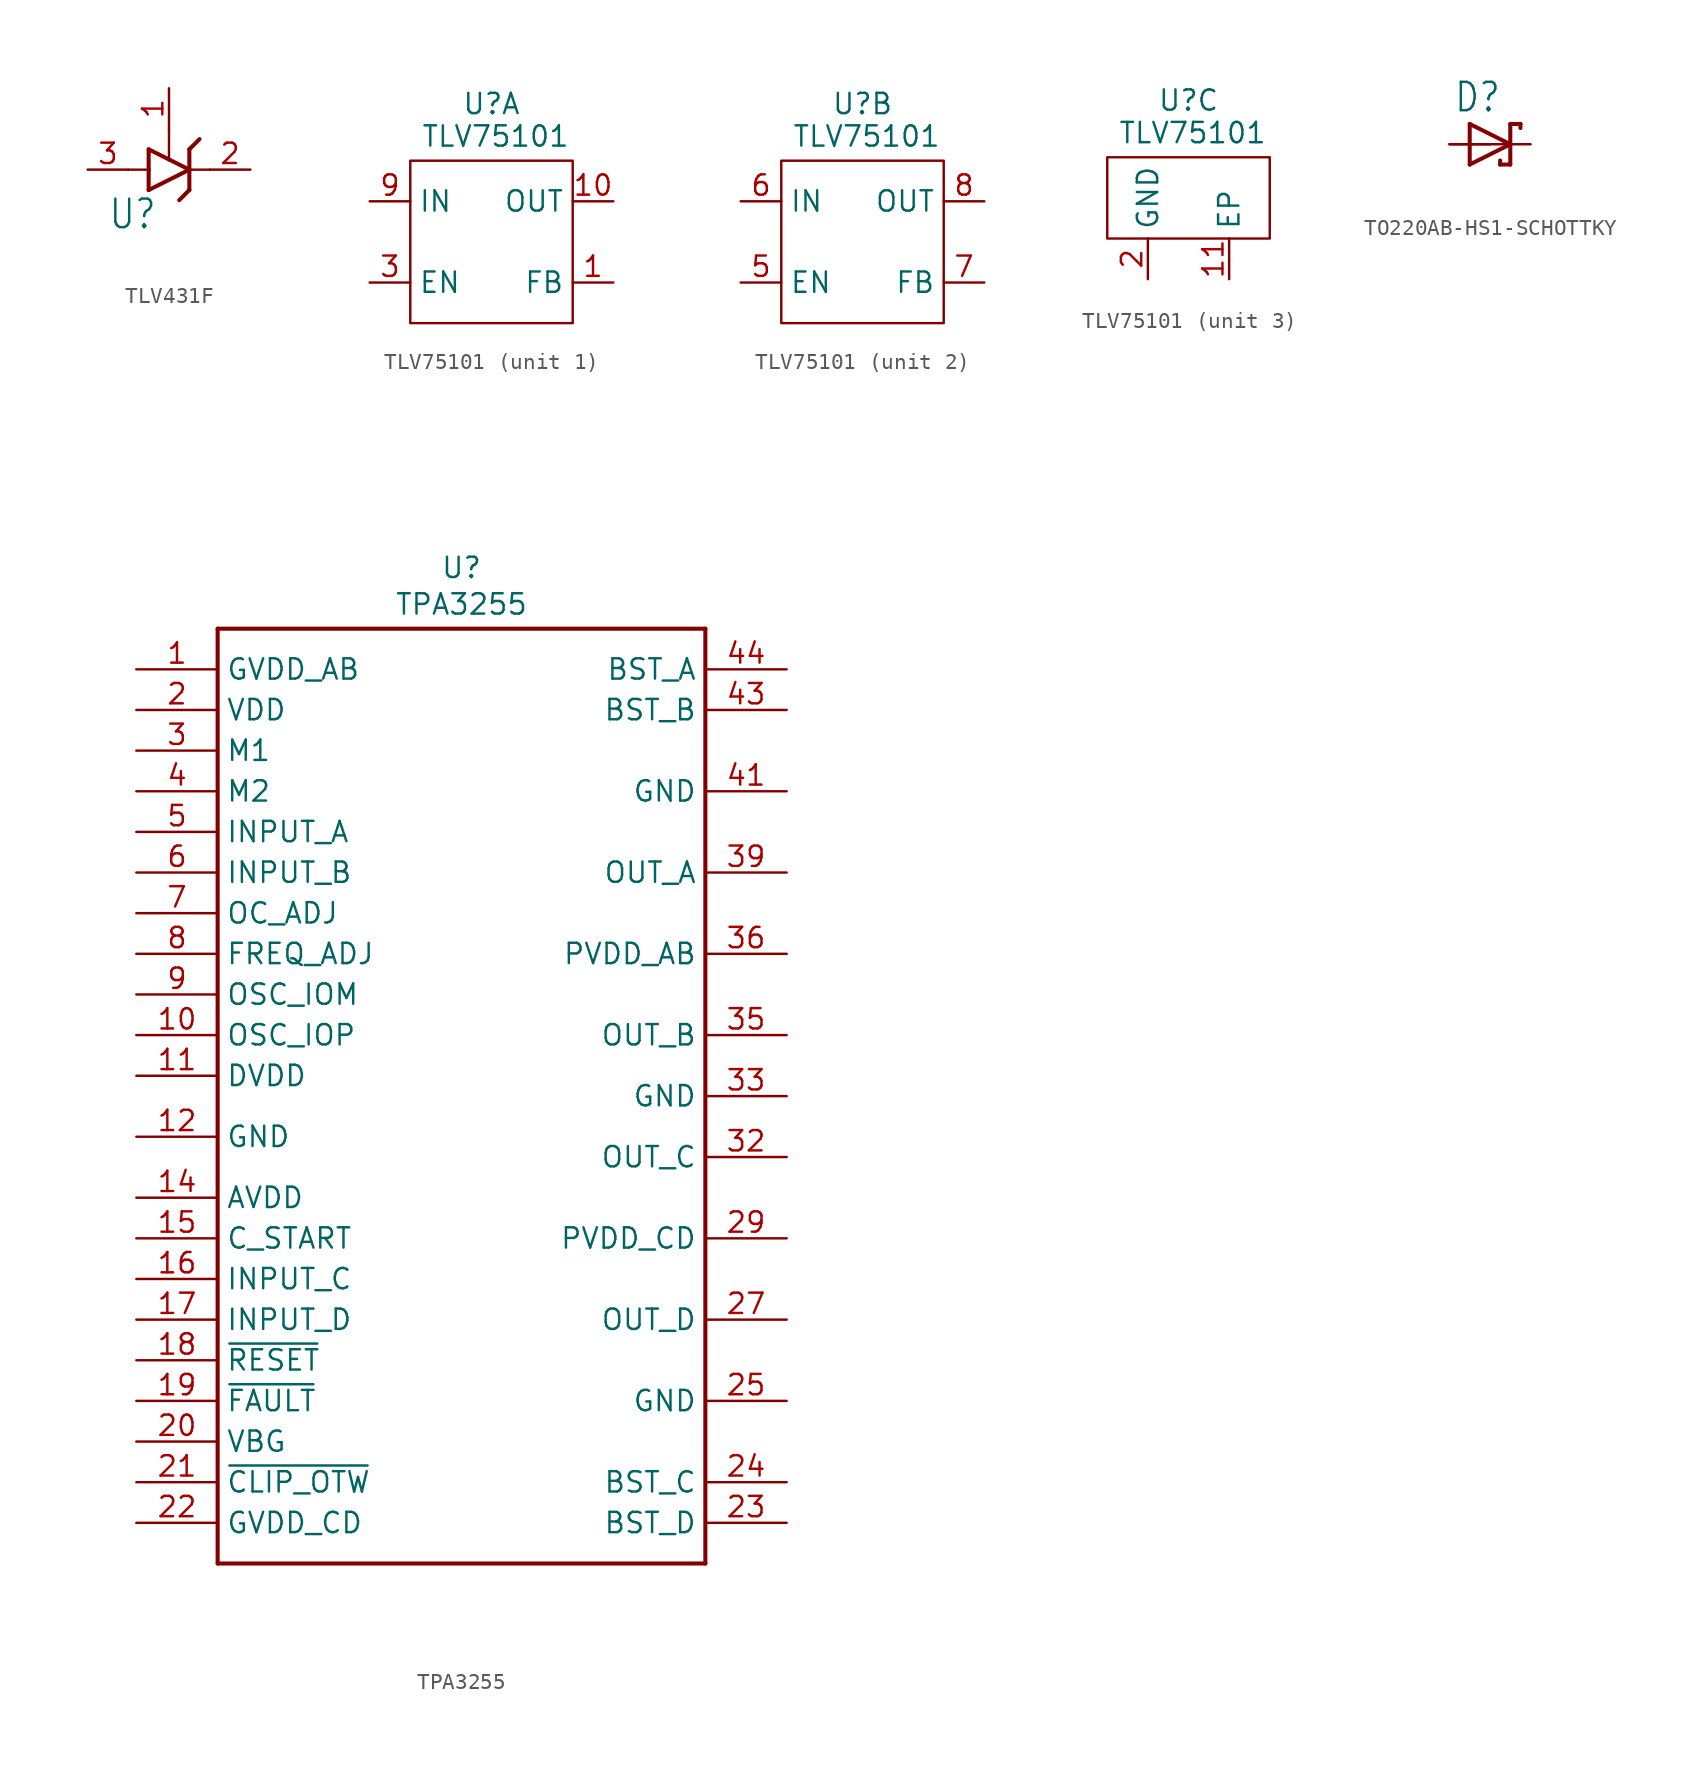
<source format=kicad_sym>
(kicad_symbol_lib
  (version 20231120)
  (generator "kicad_symbol_editor")
  (generator_version "8.0")
  (symbol "TLV431F"
    (property "Reference" "U"
      (at -3.81 -3.81 0)
      (effects (font (size 1.778 1.511)) (justify left bottom)))
    (property "Value" ""
      (at -3.81 -5.715 0)
      (effects (font (size 1.778 1.511)) (justify left bottom)))
    (property "ki_locked" ""
      (at 0 0 0)
      (effects (font (size 1.27 1.27))))
    (symbol "TLV431F_1_0"
      (polyline (pts (xy -2.54 0) (xy -1.27 0)) (stroke (width 0.152) (type solid)) (fill (type none)))
      (polyline (pts (xy -1.27 -1.27) (xy 1.27 0)) (stroke (width 0.254) (type solid)) (fill (type none)))
      (polyline (pts (xy -1.27 0) (xy -1.27 -1.27)) (stroke (width 0.254) (type solid)) (fill (type none)))
      (polyline (pts (xy -1.27 1.27) (xy -1.27 0)) (stroke (width 0.254) (type solid)) (fill (type none)))
      (polyline (pts (xy 0 0.635) (xy -1.27 1.27)) (stroke (width 0.254) (type solid)) (fill (type none)))
      (polyline (pts (xy 0 2.54) (xy 0 0.635)) (stroke (width 0.152) (type solid)) (fill (type none)))
      (polyline (pts (xy 1.27 -1.27) (xy 0.635 -1.905)) (stroke (width 0.254) (type solid)) (fill (type none)))
      (polyline (pts (xy 1.27 0) (xy 0 0.635)) (stroke (width 0.254) (type solid)) (fill (type none)))
      (polyline (pts (xy 1.27 0) (xy 1.27 -1.27)) (stroke (width 0.254) (type solid)) (fill (type none)))
      (polyline (pts (xy 1.27 1.27) (xy 1.27 0)) (stroke (width 0.254) (type solid)) (fill (type none)))
      (polyline (pts (xy 1.27 1.27) (xy 1.905 1.905)) (stroke (width 0.254) (type solid)) (fill (type none)))
      (polyline (pts (xy 2.54 0) (xy 1.27 0)) (stroke (width 0.152) (type solid)) (fill (type none)))
      (pin passive line (at 0 5.08 270) (length 2.54) (name "R" (effects (font (size 0 0)))) (number "1" (effects (font (size 1.27 1.27)))))
      (pin passive line (at 5.08 0 180) (length 2.54) (name "C" (effects (font (size 0 0)))) (number "2" (effects (font (size 1.27 1.27)))))
      (pin passive line (at -5.08 0 0) (length 2.54) (name "A" (effects (font (size 0 0)))) (number "3" (effects (font (size 1.27 1.27)))))))
  (symbol "TLV75101"
    (property "Reference" "U"
      (at 0 8.636 0)
      (effects (font (size 1.27 1.27))))
    (property "Value" "TLV75101"
      (at 0.254 6.604 0)
      (effects (font (size 1.27 1.27))))
    (property "ki_locked" ""
      (at 0 0 0)
      (effects (font (size 1.27 1.27))))
    (symbol "TLV75101_1_0"
      (pin input line (at 7.62 -2.54 180) (length 2.54) (name "FB" (effects (font (size 1.27 1.27)))) (number "1" (effects (font (size 1.27 1.27)))))
      (pin power_out line (at 7.62 2.54 180) (length 2.54) (name "OUT" (effects (font (size 1.27 1.27)))) (number "10" (effects (font (size 1.27 1.27)))))
      (pin input line (at -7.62 -2.54 0) (length 2.54) (name "EN" (effects (font (size 1.27 1.27)))) (number "3" (effects (font (size 1.27 1.27)))))
      (pin power_in line (at -7.62 2.54 0) (length 2.54) (name "IN" (effects (font (size 1.27 1.27)))) (number "9" (effects (font (size 1.27 1.27))))))
    (symbol "TLV75101_1_1"
      (rectangle (start -5.08 5.08) (end 5.08 -5.08) (stroke (width 0) (type default)) (fill (type none))))
    (symbol "TLV75101_2_0"
      (pin input line (at -7.62 -2.54 0) (length 2.54) (name "EN" (effects (font (size 1.27 1.27)))) (number "5" (effects (font (size 1.27 1.27)))))
      (pin power_in line (at -7.62 2.54 0) (length 2.54) (name "IN" (effects (font (size 1.27 1.27)))) (number "6" (effects (font (size 1.27 1.27)))))
      (pin input line (at 7.62 -2.54 180) (length 2.54) (name "FB" (effects (font (size 1.27 1.27)))) (number "7" (effects (font (size 1.27 1.27)))))
      (pin power_out line (at 7.62 2.54 180) (length 2.54) (name "OUT" (effects (font (size 1.27 1.27)))) (number "8" (effects (font (size 1.27 1.27))))))
    (symbol "TLV75101_2_1"
      (rectangle (start -5.08 5.08) (end 5.08 -5.08) (stroke (width 0) (type default)) (fill (type none))))
    (symbol "TLV75101_3_0"
      (pin passive line (at 2.54 -2.54 90) (length 2.54) (name "EP" (effects (font (size 1.27 1.27)))) (number "11" (effects (font (size 1.27 1.27)))))
      (pin power_in line (at -2.54 -2.54 90) (length 2.54) (name "GND" (effects (font (size 1.27 1.27)))) (number "2" (effects (font (size 1.27 1.27)))))
      (pin passive line (at -2.54 -2.54 90) (length 2.54) hide (name "GND" (effects (font (size 1.27 1.27)))) (number "4" (effects (font (size 1.27 1.27))))))
    (symbol "TLV75101_3_1"
      (rectangle (start -5.08 0) (end 5.08 5.08) (stroke (width 0) (type default)) (fill (type none)))))
  (symbol "TO220AB-HS1-SCHOTTKY"
    (property "Reference" "D"
      (at -2.286 1.905 0)
      (effects (font (size 1.778 1.511)) (justify left bottom)))
    (property "Value" ""
      (at -2.286 -3.429 0)
      (effects (font (size 1.778 1.511)) (justify left bottom)))
    (property "ki_locked" ""
      (at 0 0 0)
      (effects (font (size 1.27 1.27))))
    (symbol "TO220AB-HS1-SCHOTTKY_1_0"
      (polyline (pts (xy -1.27 -1.27) (xy 1.27 0)) (stroke (width 0.254) (type solid)) (fill (type none)))
      (polyline (pts (xy -1.27 1.27) (xy -1.27 -1.27)) (stroke (width 0.254) (type solid)) (fill (type none)))
      (polyline (pts (xy 0.635 -1.016) (xy 0.635 -1.27)) (stroke (width 0.254) (type solid)) (fill (type none)))
      (polyline (pts (xy 1.27 -1.27) (xy 0.635 -1.27)) (stroke (width 0.254) (type solid)) (fill (type none)))
      (polyline (pts (xy 1.27 0) (xy -1.27 1.27)) (stroke (width 0.254) (type solid)) (fill (type none)))
      (polyline (pts (xy 1.27 0) (xy 1.27 -1.27)) (stroke (width 0.254) (type solid)) (fill (type none)))
      (polyline (pts (xy 1.27 1.27) (xy 1.27 0)) (stroke (width 0.254) (type solid)) (fill (type none)))
      (polyline (pts (xy 1.905 1.27) (xy 1.27 1.27)) (stroke (width 0.254) (type solid)) (fill (type none)))
      (polyline (pts (xy 1.905 1.27) (xy 1.905 1.016)) (stroke (width 0.254) (type solid)) (fill (type none)))
      (pin passive line (at -2.54 0 0) (length 2.54) (name "A" (effects (font (size 0 0)))) (number "A1" (effects (font (size 0 0)))))
      (pin passive line (at -2.54 0 0) (length 2.54) (name "A" (effects (font (size 0 0)))) (number "A2" (effects (font (size 0 0)))))
      (pin passive line (at 2.54 0 180) (length 2.54) (name "C" (effects (font (size 0 0)))) (number "C" (effects (font (size 0 0)))))))
  (symbol "TPA3255"
    (property "Reference" "U"
      (at 0 33.02 0)
      (effects (font (size 1.27 1.27))))
    (property "Value" "TPA3255"
      (at 0 30.734 0)
      (effects (font (size 1.27 1.27))))
    (symbol "TPA3255_1_0"
      (polyline (pts (xy -15.24 -29.21) (xy 15.24 -29.21)) (stroke (width 0.254) (type solid)) (fill (type none)))
      (polyline (pts (xy -15.24 29.21) (xy -15.24 -29.21)) (stroke (width 0.254) (type solid)) (fill (type none)))
      (polyline (pts (xy 15.24 -29.21) (xy 15.24 29.21)) (stroke (width 0.254) (type solid)) (fill (type none)))
      (polyline (pts (xy 15.24 29.21) (xy -15.24 29.21)) (stroke (width 0.254) (type solid)) (fill (type none)))
      (pin power_in line (at -20.32 26.67 0) (length 5.08) (name "GVDD_AB" (effects (font (size 1.27 1.27)))) (number "1" (effects (font (size 1.27 1.27)))))
      (pin output line (at -20.32 3.81 0) (length 5.08) (name "OSC_IOP" (effects (font (size 1.27 1.27)))) (number "10" (effects (font (size 1.27 1.27)))))
      (pin passive line (at -20.32 1.27 0) (length 5.08) (name "DVDD" (effects (font (size 1.27 1.27)))) (number "11" (effects (font (size 1.27 1.27)))))
      (pin power_in line (at -20.32 -2.54 0) (length 5.08) (name "GND" (effects (font (size 1.27 1.27)))) (number "12" (effects (font (size 1.27 1.27)))))
      (pin passive line (at -20.32 -2.54 0) (length 5.08) hide (name "GND" (effects (font (size 1.27 1.27)))) (number "13" (effects (font (size 1.27 1.27)))))
      (pin passive line (at -20.32 -6.35 0) (length 5.08) (name "AVDD" (effects (font (size 1.27 1.27)))) (number "14" (effects (font (size 1.27 1.27)))))
      (pin output line (at -20.32 -8.89 0) (length 5.08) (name "C_START" (effects (font (size 1.27 1.27)))) (number "15" (effects (font (size 1.27 1.27)))))
      (pin input line (at -20.32 -11.43 0) (length 5.08) (name "INPUT_C" (effects (font (size 1.27 1.27)))) (number "16" (effects (font (size 1.27 1.27)))))
      (pin input line (at -20.32 -13.97 0) (length 5.08) (name "INPUT_D" (effects (font (size 1.27 1.27)))) (number "17" (effects (font (size 1.27 1.27)))))
      (pin input line (at -20.32 -16.51 0) (length 5.08) (name "~{RESET}" (effects (font (size 1.27 1.27)))) (number "18" (effects (font (size 1.27 1.27)))))
      (pin output line (at -20.32 -19.05 0) (length 5.08) (name "~{FAULT}" (effects (font (size 1.27 1.27)))) (number "19" (effects (font (size 1.27 1.27)))))
      (pin power_in line (at -20.32 24.13 0) (length 5.08) (name "VDD" (effects (font (size 1.27 1.27)))) (number "2" (effects (font (size 1.27 1.27)))))
      (pin passive line (at -20.32 -21.59 0) (length 5.08) (name "VBG" (effects (font (size 1.27 1.27)))) (number "20" (effects (font (size 1.27 1.27)))))
      (pin output line (at -20.32 -24.13 0) (length 5.08) (name "~{CLIP_OTW}" (effects (font (size 1.27 1.27)))) (number "21" (effects (font (size 1.27 1.27)))))
      (pin power_in line (at -20.32 -26.67 0) (length 5.08) (name "GVDD_CD" (effects (font (size 1.27 1.27)))) (number "22" (effects (font (size 1.27 1.27)))))
      (pin passive line (at 20.32 -26.67 180) (length 5.08) (name "BST_D" (effects (font (size 1.27 1.27)))) (number "23" (effects (font (size 1.27 1.27)))))
      (pin passive line (at 20.32 -24.13 180) (length 5.08) (name "BST_C" (effects (font (size 1.27 1.27)))) (number "24" (effects (font (size 1.27 1.27)))))
      (pin power_in line (at 20.32 -19.05 180) (length 5.08) (name "GND" (effects (font (size 1.27 1.27)))) (number "25" (effects (font (size 1.27 1.27)))))
      (pin passive line (at 20.32 -19.05 180) (length 5.08) hide (name "GND" (effects (font (size 1.27 1.27)))) (number "26" (effects (font (size 1.27 1.27)))))
      (pin output line (at 20.32 -13.97 180) (length 5.08) (name "OUT_D" (effects (font (size 1.27 1.27)))) (number "27" (effects (font (size 1.27 1.27)))))
      (pin passive line (at 20.32 -13.97 180) (length 5.08) hide (name "OUT_D" (effects (font (size 1.27 1.27)))) (number "28" (effects (font (size 1.27 1.27)))))
      (pin power_in line (at 20.32 -8.89 180) (length 5.08) (name "PVDD_CD" (effects (font (size 1.27 1.27)))) (number "29" (effects (font (size 1.27 1.27)))))
      (pin input line (at -20.32 21.59 0) (length 5.08) (name "M1" (effects (font (size 1.27 1.27)))) (number "3" (effects (font (size 1.27 1.27)))))
      (pin passive line (at 20.32 -8.89 180) (length 5.08) hide (name "PVDD_CD" (effects (font (size 1.27 1.27)))) (number "30" (effects (font (size 1.27 1.27)))))
      (pin passive line (at 20.32 -8.89 180) (length 5.08) hide (name "PVDD_CD" (effects (font (size 1.27 1.27)))) (number "31" (effects (font (size 1.27 1.27)))))
      (pin output line (at 20.32 -3.81 180) (length 5.08) (name "OUT_C" (effects (font (size 1.27 1.27)))) (number "32" (effects (font (size 1.27 1.27)))))
      (pin power_in line (at 20.32 0 180) (length 5.08) (name "GND" (effects (font (size 1.27 1.27)))) (number "33" (effects (font (size 1.27 1.27)))))
      (pin passive line (at 20.32 0 180) (length 5.08) hide (name "GND" (effects (font (size 1.27 1.27)))) (number "34" (effects (font (size 1.27 1.27)))))
      (pin output line (at 20.32 3.81 180) (length 5.08) (name "OUT_B" (effects (font (size 1.27 1.27)))) (number "35" (effects (font (size 1.27 1.27)))))
      (pin power_in line (at 20.32 8.89 180) (length 5.08) (name "PVDD_AB" (effects (font (size 1.27 1.27)))) (number "36" (effects (font (size 1.27 1.27)))))
      (pin passive line (at 20.32 8.89 180) (length 5.08) hide (name "PVDD_AB" (effects (font (size 1.27 1.27)))) (number "37" (effects (font (size 1.27 1.27)))))
      (pin passive line (at 20.32 8.89 180) (length 5.08) hide (name "PVDD_AB" (effects (font (size 1.27 1.27)))) (number "38" (effects (font (size 1.27 1.27)))))
      (pin output line (at 20.32 13.97 180) (length 5.08) (name "OUT_A" (effects (font (size 1.27 1.27)))) (number "39" (effects (font (size 1.27 1.27)))))
      (pin input line (at -20.32 19.05 0) (length 5.08) (name "M2" (effects (font (size 1.27 1.27)))) (number "4" (effects (font (size 1.27 1.27)))))
      (pin passive line (at 20.32 13.97 180) (length 5.08) hide (name "OUT_A" (effects (font (size 1.27 1.27)))) (number "40" (effects (font (size 1.27 1.27)))))
      (pin power_in line (at 20.32 19.05 180) (length 5.08) (name "GND" (effects (font (size 1.27 1.27)))) (number "41" (effects (font (size 1.27 1.27)))))
      (pin passive line (at 20.32 19.05 180) (length 5.08) hide (name "GND" (effects (font (size 1.27 1.27)))) (number "42" (effects (font (size 1.27 1.27)))))
      (pin passive line (at 20.32 24.13 180) (length 5.08) (name "BST_B" (effects (font (size 1.27 1.27)))) (number "43" (effects (font (size 1.27 1.27)))))
      (pin passive line (at 20.32 26.67 180) (length 5.08) (name "BST_A" (effects (font (size 1.27 1.27)))) (number "44" (effects (font (size 1.27 1.27)))))
      (pin input line (at -20.32 16.51 0) (length 5.08) (name "INPUT_A" (effects (font (size 1.27 1.27)))) (number "5" (effects (font (size 1.27 1.27)))))
      (pin input line (at -20.32 13.97 0) (length 5.08) (name "INPUT_B" (effects (font (size 1.27 1.27)))) (number "6" (effects (font (size 1.27 1.27)))))
      (pin bidirectional line (at -20.32 11.43 0) (length 5.08) (name "OC_ADJ" (effects (font (size 1.27 1.27)))) (number "7" (effects (font (size 1.27 1.27)))))
      (pin output line (at -20.32 8.89 0) (length 5.08) (name "FREQ_ADJ" (effects (font (size 1.27 1.27)))) (number "8" (effects (font (size 1.27 1.27)))))
      (pin bidirectional line (at -20.32 6.35 0) (length 5.08) (name "OSC_IOM" (effects (font (size 1.27 1.27)))) (number "9" (effects (font (size 1.27 1.27))))))))
</source>
